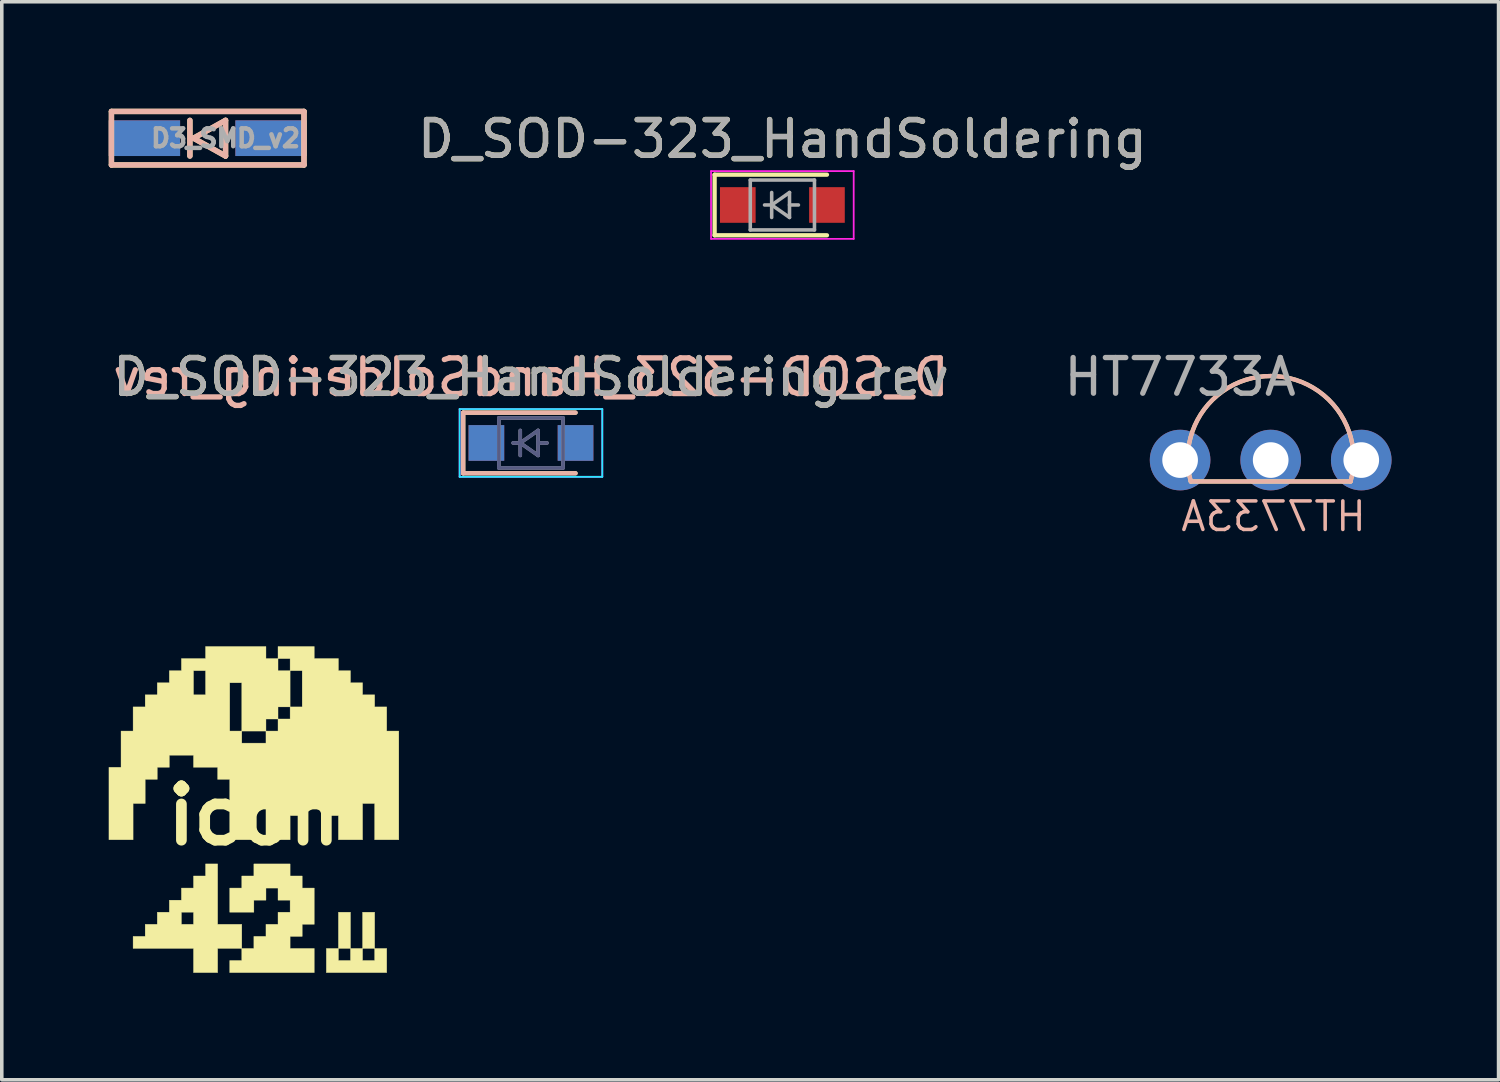
<source format=kicad_pcb>
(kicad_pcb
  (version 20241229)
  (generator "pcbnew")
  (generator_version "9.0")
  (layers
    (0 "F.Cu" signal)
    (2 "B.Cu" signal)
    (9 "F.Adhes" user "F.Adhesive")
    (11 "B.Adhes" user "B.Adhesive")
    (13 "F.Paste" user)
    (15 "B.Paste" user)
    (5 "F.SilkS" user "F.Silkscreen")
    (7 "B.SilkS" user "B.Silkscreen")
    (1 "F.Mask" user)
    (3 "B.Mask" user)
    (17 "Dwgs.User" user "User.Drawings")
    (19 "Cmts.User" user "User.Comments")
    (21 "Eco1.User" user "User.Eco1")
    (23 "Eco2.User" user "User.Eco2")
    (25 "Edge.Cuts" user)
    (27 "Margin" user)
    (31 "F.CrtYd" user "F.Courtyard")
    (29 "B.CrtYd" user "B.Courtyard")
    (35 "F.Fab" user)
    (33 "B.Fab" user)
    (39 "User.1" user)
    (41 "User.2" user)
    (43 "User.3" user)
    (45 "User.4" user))
  (footprint "D_SOD-323_HandSoldering"
    (layer "F.Cu")
    (at 18.889 2.698)
    (property "Reference" "D_SOD-323_HandSoldering" (at 0 -1.85 180) (layer "F.SilkS") (effects (font (size 1 1) (thickness 0.15))))
    (attr smd)
    (fp_line (start -1.9 -0.85) (end -1.9 0.85) (stroke (width 0.12) (type solid)) (layer "F.SilkS"))
    (fp_line (start -1.9 -0.85) (end 1.25 -0.85) (stroke (width 0.12) (type solid)) (layer "F.SilkS"))
    (fp_line (start -1.9 0.85) (end 1.25 0.85) (stroke (width 0.12) (type solid)) (layer "F.SilkS"))
    (fp_line (start -2 -0.95) (end -2 0.95) (stroke (width 0.05) (type solid)) (layer "F.CrtYd"))
    (fp_line (start -2 -0.95) (end 2 -0.95) (stroke (width 0.05) (type solid)) (layer "F.CrtYd"))
    (fp_line (start -2 0.95) (end 2 0.95) (stroke (width 0.05) (type solid)) (layer "F.CrtYd"))
    (fp_line (start 2 -0.95) (end 2 0.95) (stroke (width 0.05) (type solid)) (layer "F.CrtYd"))
    (fp_line (start -0.9 -0.7) (end 0.9 -0.7) (stroke (width 0.1) (type solid)) (layer "F.Fab"))
    (fp_line (start -0.9 0.7) (end -0.9 -0.7) (stroke (width 0.1) (type solid)) (layer "F.Fab"))
    (fp_line (start -0.3 -0.35) (end -0.3 0.35) (stroke (width 0.1) (type solid)) (layer "F.Fab"))
    (fp_line (start -0.3 0) (end -0.5 0) (stroke (width 0.1) (type solid)) (layer "F.Fab"))
    (fp_line (start -0.3 0) (end 0.2 -0.35) (stroke (width 0.1) (type solid)) (layer "F.Fab"))
    (fp_line (start 0.2 -0.35) (end 0.2 0.35) (stroke (width 0.1) (type solid)) (layer "F.Fab"))
    (fp_line (start 0.2 0) (end 0.45 0) (stroke (width 0.1) (type solid)) (layer "F.Fab"))
    (fp_line (start 0.2 0.35) (end -0.3 0) (stroke (width 0.1) (type solid)) (layer "F.Fab"))
    (fp_line (start 0.9 -0.7) (end 0.9 0.7) (stroke (width 0.1) (type solid)) (layer "F.Fab"))
    (fp_line (start 0.9 0.7) (end -0.9 0.7) (stroke (width 0.1) (type solid)) (layer "F.Fab"))
    (fp_text user "${REFERENCE}" (at 0 -1.85 180) (layer "F.Fab") (effects (font (size 1 1) (thickness 0.15))))
    (pad "1" smd rect (at -1.25 0) (size 1 1) (layers "F.Cu" "F.Mask" "F.Paste"))
    (pad "2" smd rect (at 1.25 0) (size 1 1) (layers "F.Cu" "F.Mask" "F.Paste")))
  (footprint "HT7733A"
    (layer "F.Cu")
    (at 30.042 9.851)
    (property "Reference" "HT7733A" (at 0 -2.33 0) (layer "F.Fab") (effects (font (size 1 1) (thickness 0.15))))
    (attr through_hole)
    (fp_line (start 0.3 0.6) (end 4.78 0.6) (stroke (width 0.12) (type solid)) (layer "F.SilkS"))
    (fp_arc (start 0.300001 0.6) (mid 2.54 -2.356907) (end 4.779999 0.6) (stroke (width 0.12) (type solid)) (layer "F.SilkS"))
    (fp_line (start 4.78 0.6) (end 0.3 0.6) (stroke (width 0.12) (type solid)) (layer "B.SilkS"))
    (fp_arc (start 0.300001 0.6) (mid 2.54 -2.356907) (end 4.779999 0.6) (stroke (width 0.12) (type solid)) (layer "B.SilkS"))
    (fp_text user "HT7733A" (at 2.62 1.58 0) (layer "B.SilkS") (effects (font (size 0.8 0.8) (thickness 0.1)) (justify mirror)))
    (pad "1" thru_hole circle (at 0 0) (size 1.7 1.7) (drill 1) (layers "*.Cu" "*.Mask"))
    (pad "2" thru_hole oval (at 2.54 0) (size 1.7 1.7) (drill 1) (layers "*.Cu" "*.Mask"))
    (pad "3" thru_hole oval (at 5.08 0) (size 1.7 1.7) (drill 1) (layers "*.Cu" "*.Mask")))
  (footprint "D_SOD-323_HandSoldering_rev"
    (layer "F.Cu")
    (at 11.839 9.371)
    (property "Reference" "D_SOD-323_HandSoldering_rev" (at 0 -1.85 180) (layer "F.SilkS") (effects (font (size 1 1) (thickness 0.15))))
    (attr smd)
    (fp_line (start -1.9 -0.85) (end -1.9 0.85) (stroke (width 0.12) (type solid)) (layer "F.SilkS"))
    (fp_line (start -1.9 -0.85) (end 1.25 -0.85) (stroke (width 0.12) (type solid)) (layer "F.SilkS"))
    (fp_line (start -1.9 0.85) (end 1.25 0.85) (stroke (width 0.12) (type solid)) (layer "F.SilkS"))
    (fp_line (start -1.9 -0.85) (end 1.25 -0.85) (stroke (width 0.12) (type solid)) (layer "B.SilkS"))
    (fp_line (start -1.9 0.85) (end -1.9 -0.85) (stroke (width 0.12) (type solid)) (layer "B.SilkS"))
    (fp_line (start -1.9 0.85) (end 1.25 0.85) (stroke (width 0.12) (type solid)) (layer "B.SilkS"))
    (fp_line (start -2 -0.95) (end 2 -0.95) (stroke (width 0.05) (type solid)) (layer "B.CrtYd"))
    (fp_line (start -2 0.95) (end -2 -0.95) (stroke (width 0.05) (type solid)) (layer "B.CrtYd"))
    (fp_line (start -2 0.95) (end 2 0.95) (stroke (width 0.05) (type solid)) (layer "B.CrtYd"))
    (fp_line (start 2 0.95) (end 2 -0.95) (stroke (width 0.05) (type solid)) (layer "B.CrtYd"))
    (fp_line (start -2 -0.95) (end -2 0.95) (stroke (width 0.05) (type solid)) (layer "F.CrtYd"))
    (fp_line (start -2 -0.95) (end 2 -0.95) (stroke (width 0.05) (type solid)) (layer "F.CrtYd"))
    (fp_line (start -2 0.95) (end 2 0.95) (stroke (width 0.05) (type solid)) (layer "F.CrtYd"))
    (fp_line (start 2 -0.95) (end 2 0.95) (stroke (width 0.05) (type solid)) (layer "F.CrtYd"))
    (fp_line (start -0.9 -0.7) (end -0.9 0.7) (stroke (width 0.1) (type solid)) (layer "B.Fab"))
    (fp_line (start -0.9 0.7) (end 0.9 0.7) (stroke (width 0.1) (type solid)) (layer "B.Fab"))
    (fp_line (start -0.3 0) (end -0.5 0) (stroke (width 0.1) (type solid)) (layer "B.Fab"))
    (fp_line (start -0.3 0) (end 0.2 0.35) (stroke (width 0.1) (type solid)) (layer "B.Fab"))
    (fp_line (start -0.3 0.35) (end -0.3 -0.35) (stroke (width 0.1) (type solid)) (layer "B.Fab"))
    (fp_line (start 0.2 -0.35) (end -0.3 0) (stroke (width 0.1) (type solid)) (layer "B.Fab"))
    (fp_line (start 0.2 0) (end 0.45 0) (stroke (width 0.1) (type solid)) (layer "B.Fab"))
    (fp_line (start 0.2 0.35) (end 0.2 -0.35) (stroke (width 0.1) (type solid)) (layer "B.Fab"))
    (fp_line (start 0.9 -0.7) (end -0.9 -0.7) (stroke (width 0.1) (type solid)) (layer "B.Fab"))
    (fp_line (start 0.9 0.7) (end 0.9 -0.7) (stroke (width 0.1) (type solid)) (layer "B.Fab"))
    (fp_line (start -0.9 -0.7) (end 0.9 -0.7) (stroke (width 0.1) (type solid)) (layer "F.Fab"))
    (fp_line (start -0.9 0.7) (end -0.9 -0.7) (stroke (width 0.1) (type solid)) (layer "F.Fab"))
    (fp_line (start -0.3 -0.35) (end -0.3 0.35) (stroke (width 0.1) (type solid)) (layer "F.Fab"))
    (fp_line (start -0.3 0) (end -0.5 0) (stroke (width 0.1) (type solid)) (layer "F.Fab"))
    (fp_line (start -0.3 0) (end 0.2 -0.35) (stroke (width 0.1) (type solid)) (layer "F.Fab"))
    (fp_line (start 0.2 -0.35) (end 0.2 0.35) (stroke (width 0.1) (type solid)) (layer "F.Fab"))
    (fp_line (start 0.2 0) (end 0.45 0) (stroke (width 0.1) (type solid)) (layer "F.Fab"))
    (fp_line (start 0.2 0.35) (end -0.3 0) (stroke (width 0.1) (type solid)) (layer "F.Fab"))
    (fp_line (start 0.9 -0.7) (end 0.9 0.7) (stroke (width 0.1) (type solid)) (layer "F.Fab"))
    (fp_line (start 0.9 0.7) (end -0.9 0.7) (stroke (width 0.1) (type solid)) (layer "F.Fab"))
    (fp_text user "${REFERENCE}" (at 0 -1.841 180) (layer "B.SilkS") (effects (font (size 1 1) (thickness 0.15)) (justify mirror)))
    (fp_text user "${REFERENCE}" (at 0 -1.85 180) (layer "F.Fab") (effects (font (size 1 1) (thickness 0.15))))
    (pad "1" smd rect (at -1.25 0) (size 1 1) (layers "F.Cu" "F.Mask" "F.Paste"))
    (pad "1" smd rect (at -1.25 0) (size 1 1) (layers "B.Cu" "B.Mask" "B.Paste"))
    (pad "2" smd rect (at 1.25 0) (size 1 1) (layers "F.Cu" "F.Mask" "F.Paste"))
    (pad "2" smd rect (at 1.25 0) (size 1 1) (layers "B.Cu" "B.Mask" "B.Paste")))
  (footprint "icon"
    (layer "F.Cu")
    (at 4.069 19.821)
    (property "Reference" "icon" (at 0 0 0) (layer "F.SilkS") (effects (font (size 1.524 1.524) (thickness 0.3))))
    (attr through_hole)
    (fp_poly (pts (xy 3.725 3.725) (xy 3.725 4.403) (xy 2.032 4.403) (xy 2.032 3.725) (xy 2.371 3.725) (xy 2.371 4.064) (xy 2.709 4.064) (xy 2.709 3.725) (xy 2.371 3.725) (xy 2.371 2.709) (xy 2.709 2.709) (xy 2.709 3.725) (xy 3.048 3.725) (xy 3.048 4.064) (xy 3.387 4.064) (xy 3.387 3.725) (xy 3.048 3.725) (xy 3.048 2.709) (xy 3.387 2.709) (xy 3.387 3.725) (xy 3.725 3.725)) (stroke (width 0.01) (type solid)) (fill yes) (layer "F.SilkS"))
    (fp_poly (pts (xy -1.016 3.725) (xy -1.016 4.403) (xy -1.693 4.403) (xy -1.693 3.725) (xy -3.387 3.725) (xy -3.387 3.387) (xy -3.048 3.387) (xy -3.048 3.048) (xy -2.709 3.048) (xy -2.709 2.709) (xy -2.371 2.709) (xy -2.032 2.709) (xy -2.032 3.048) (xy -1.693 3.048) (xy -1.693 2.709) (xy -2.032 2.709) (xy -2.371 2.709) (xy -2.371 2.371) (xy -2.032 2.371) (xy -2.032 2.032) (xy -1.693 2.032) (xy -1.693 1.693) (xy -1.355 1.693) (xy -1.355 1.355) (xy -1.016 1.355) (xy -1.016 3.048) (xy -0.339 3.048) (xy -0.339 3.725) (xy -1.016 3.725)) (stroke (width 0.01) (type solid)) (fill yes) (layer "F.SilkS"))
    (fp_poly (pts (xy 0 3.725) (xy 0 3.387) (xy 0.339 3.387) (xy 0.339 3.048) (xy 0.677 3.048) (xy 0.677 2.709) (xy 1.016 2.709) (xy 1.016 2.371) (xy 0.677 2.371) (xy 0.677 2.032) (xy 0.339 2.032) (xy 0.339 2.371) (xy 0 2.371) (xy 0 2.709) (xy -0.677 2.709) (xy -0.677 2.032) (xy -0.339 2.032) (xy -0.339 1.693) (xy 0 1.693) (xy 0 1.355) (xy 1.016 1.355) (xy 1.016 1.693) (xy 1.355 1.693) (xy 1.355 2.032) (xy 1.693 2.032) (xy 1.693 3.048) (xy 1.355 3.048) (xy 1.355 3.387) (xy 1.016 3.387) (xy 1.016 3.725) (xy 1.693 3.725) (xy 1.693 4.403) (xy -0.677 4.403) (xy -0.677 4.064) (xy -0.339 4.064) (xy -0.339 3.725) (xy 0 3.725)) (stroke (width 0.01) (type solid)) (fill yes) (layer "F.SilkS"))
    (fp_poly (pts (xy 0.339 -4.403) (xy 0.677 -4.403) (xy 0.677 -4.064) (xy 1.016 -4.064) (xy 1.016 -3.048) (xy 1.355 -3.048) (xy 1.355 -4.064) (xy 1.016 -4.064) (xy 1.016 -4.403) (xy 0.677 -4.403) (xy 0.677 -4.741) (xy 1.693 -4.741) (xy 1.693 -4.403) (xy 2.371 -4.403) (xy 2.371 -4.064) (xy 2.709 -4.064) (xy 2.709 -3.725) (xy 3.048 -3.725) (xy 3.048 -3.387) (xy 3.387 -3.387) (xy 3.387 -3.048) (xy 3.725 -3.048) (xy 3.725 -2.371) (xy 4.064 -2.371) (xy 4.064 0.677) (xy 3.387 0.677) (xy 3.387 -0.339) (xy 3.048 -0.339) (xy 3.048 0.677) (xy 2.371 0.677) (xy 2.371 0) (xy 2.032 0) (xy 2.032 -0.339) (xy 1.355 -0.339) (xy 1.355 0) (xy 1.016 0) (xy 1.016 0.677) (xy 0.339 0.677) (xy 0.339 -0.339) (xy 0 -0.339) (xy 0 0.677) (xy -0.677 0.677) (xy -0.677 -1.016) (xy -1.016 -1.016) (xy -1.016 -1.355) (xy -1.693 -1.355) (xy -1.693 -1.693) (xy -2.371 -1.693) (xy -2.371 -1.355) (xy -2.709 -1.355) (xy -2.709 -1.016) (xy -3.048 -1.016) (xy -3.048 -0.339) (xy -3.387 -0.339) (xy -3.387 0.677) (xy -4.064 0.677) (xy -4.064 -1.355) (xy -3.725 -1.355) (xy -3.725 -2.032) (xy -0.339 -2.032) (xy 0.339 -2.032) (xy 0.339 -2.371) (xy -0.339 -2.371) (xy -0.339 -2.032) (xy -3.725 -2.032) (xy -3.725 -2.371) (xy -3.387 -2.371) (xy -3.387 -3.048) (xy -3.048 -3.048) (xy -3.048 -3.387) (xy -2.709 -3.387) (xy -2.709 -3.725) (xy -2.371 -3.725) (xy -2.371 -4.064) (xy -2.032 -4.064) (xy -1.693 -4.064) (xy -1.693 -3.387) (xy -1.355 -3.387) (xy -1.355 -3.725) (xy -0.677 -3.725) (xy -0.677 -2.371) (xy -0.339 -2.371) (xy -0.339 -2.709) (xy 0.339 -2.709) (xy 0.339 -2.371) (xy 0.677 -2.371) (xy 0.677 -2.709) (xy 0.339 -2.709) (xy -0.339 -2.709) (xy -0.339 -3.048) (xy 0.677 -3.048) (xy 0.677 -2.709) (xy 1.016 -2.709) (xy 1.016 -3.048) (xy 0.677 -3.048) (xy -0.339 -3.048) (xy -0.339 -3.725) (xy -0.677 -3.725) (xy -1.355 -3.725) (xy -1.355 -4.064) (xy -1.693 -4.064) (xy -2.032 -4.064) (xy -2.032 -4.403) (xy -1.355 -4.403) (xy -1.355 -4.741) (xy 0.339 -4.741) (xy 0.339 -4.403)) (stroke (width 0.01) (type solid)) (fill yes) (layer "F.SilkS")))
  (footprint "D3_SMD_v2"
    (layer "F.Cu")
    (at 2.775 0.825)
    (property "Reference" "D3_SMD_v2" (at 0.5 0 0) (layer "F.Fab") (effects (font (size 0.5 0.5) (thickness 0.125))))
    (attr through_hole)
    (fp_line (start -2.7 -0.75) (end -2.7 0.75) (stroke (width 0.15) (type solid)) (layer "F.SilkS"))
    (fp_line (start -2.7 0.75) (end 2.7 0.75) (stroke (width 0.15) (type solid)) (layer "F.SilkS"))
    (fp_line (start -0.5 -0.5) (end -0.5 0.5) (stroke (width 0.15) (type solid)) (layer "F.SilkS"))
    (fp_line (start -0.4 0) (end 0.5 -0.5) (stroke (width 0.15) (type solid)) (layer "F.SilkS"))
    (fp_line (start 0.5 -0.5) (end 0.5 0.5) (stroke (width 0.15) (type solid)) (layer "F.SilkS"))
    (fp_line (start 0.5 0.5) (end -0.4 0) (stroke (width 0.15) (type solid)) (layer "F.SilkS"))
    (fp_line (start 2.7 -0.75) (end -2.7 -0.75) (stroke (width 0.15) (type solid)) (layer "F.SilkS"))
    (fp_line (start 2.7 -0.75) (end 2.7 0.75) (stroke (width 0.15) (type solid)) (layer "F.SilkS"))
    (fp_line (start -2.7 -0.75) (end 2.7 -0.75) (stroke (width 0.15) (type solid)) (layer "B.SilkS"))
    (fp_line (start -2.7 0.75) (end -2.7 -0.75) (stroke (width 0.15) (type solid)) (layer "B.SilkS"))
    (fp_line (start -0.5 0.5) (end -0.5 -0.5) (stroke (width 0.15) (type solid)) (layer "B.SilkS"))
    (fp_line (start -0.4 0) (end 0.5 0.5) (stroke (width 0.15) (type solid)) (layer "B.SilkS"))
    (fp_line (start 0.5 -0.5) (end -0.4 0) (stroke (width 0.15) (type solid)) (layer "B.SilkS"))
    (fp_line (start 0.5 0.5) (end 0.5 -0.5) (stroke (width 0.15) (type solid)) (layer "B.SilkS"))
    (fp_line (start 2.7 0.75) (end -2.7 0.75) (stroke (width 0.15) (type solid)) (layer "B.SilkS"))
    (fp_line (start 2.7 0.75) (end 2.7 -0.75) (stroke (width 0.15) (type solid)) (layer "B.SilkS"))
    (pad "1" smd rect (at -1.775 0) (size 2 1) (layers "F.Cu" "F.Mask" "F.Paste"))
    (pad "1" smd rect (at -1.775 0 180) (size 2 1) (layers "B.Cu" "B.Mask" "B.Paste"))
    (pad "2" smd rect (at 1.775 0) (size 2 1) (layers "F.Cu" "F.Mask" "F.Paste"))
    (pad "2" smd rect (at 1.775 0 180) (size 2 1) (layers "B.Cu" "B.Mask" "B.Paste")))
  (gr_rect
    (start -3 -3)
    (end 38.972 27.229)
    (stroke (width 0.1) (type default))
    (fill no)
    (layer "Edge.Cuts")))
</source>
